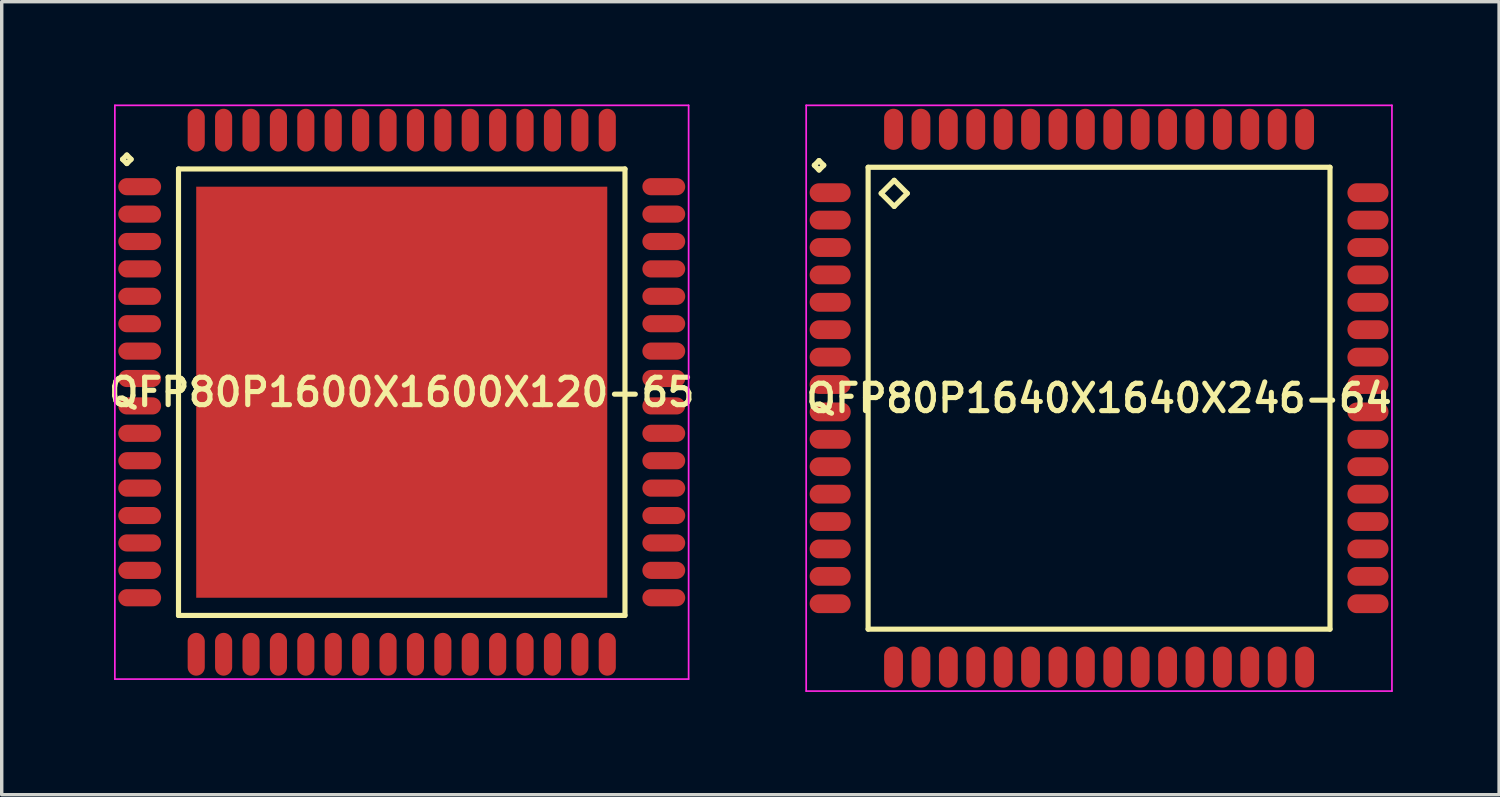
<source format=kicad_pcb>
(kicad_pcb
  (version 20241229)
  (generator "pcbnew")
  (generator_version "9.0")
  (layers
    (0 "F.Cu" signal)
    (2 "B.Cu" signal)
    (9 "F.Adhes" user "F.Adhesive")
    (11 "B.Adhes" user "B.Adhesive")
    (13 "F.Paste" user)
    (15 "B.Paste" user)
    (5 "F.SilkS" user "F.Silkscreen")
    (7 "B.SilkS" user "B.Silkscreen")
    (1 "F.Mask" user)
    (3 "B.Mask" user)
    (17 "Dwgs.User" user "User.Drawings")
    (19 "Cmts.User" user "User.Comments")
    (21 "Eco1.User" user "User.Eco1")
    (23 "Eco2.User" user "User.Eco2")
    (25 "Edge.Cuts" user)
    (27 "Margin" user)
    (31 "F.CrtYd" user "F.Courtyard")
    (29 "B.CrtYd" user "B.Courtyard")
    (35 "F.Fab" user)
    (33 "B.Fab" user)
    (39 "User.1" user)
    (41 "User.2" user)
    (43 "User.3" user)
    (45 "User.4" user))
  (footprint "QFP80P1640X1640X246-64"
    (layer "F.Cu")
    (at 29.035 8.575)
    (property "Reference" "QFP80P1640X1640X246-64" (at 0 0 0) (layer "F.SilkS") (effects (font (size 0.8 0.8) (thickness 0.15))))
    (attr smd)
    (fp_line (start -8.312 -6.8) (end -8.175 -6.938) (stroke (width 0.15) (type solid)) (layer "F.SilkS"))
    (fp_line (start -8.175 -6.938) (end -8.037 -6.8) (stroke (width 0.15) (type solid)) (layer "F.SilkS"))
    (fp_line (start -8.175 -6.662) (end -8.312 -6.8) (stroke (width 0.15) (type solid)) (layer "F.SilkS"))
    (fp_line (start -8.037 -6.8) (end -8.175 -6.662) (stroke (width 0.15) (type solid)) (layer "F.SilkS"))
    (fp_line (start -6.742 -6.742) (end -6.742 6.742) (stroke (width 0.15) (type solid)) (layer "F.SilkS"))
    (fp_line (start -6.742 6.742) (end 6.742 6.742) (stroke (width 0.15) (type solid)) (layer "F.SilkS"))
    (fp_line (start -6.361 -5.98) (end -5.98 -6.361) (stroke (width 0.15) (type solid)) (layer "F.SilkS"))
    (fp_line (start -5.98 -6.361) (end -5.599 -5.98) (stroke (width 0.15) (type solid)) (layer "F.SilkS"))
    (fp_line (start -5.98 -5.599) (end -6.361 -5.98) (stroke (width 0.15) (type solid)) (layer "F.SilkS"))
    (fp_line (start -5.599 -5.98) (end -5.98 -5.599) (stroke (width 0.15) (type solid)) (layer "F.SilkS"))
    (fp_line (start 6.742 -6.742) (end -6.742 -6.742) (stroke (width 0.15) (type solid)) (layer "F.SilkS"))
    (fp_line (start 6.742 6.742) (end 6.742 -6.742) (stroke (width 0.15) (type solid)) (layer "F.SilkS"))
    (fp_line (start -8.55 -8.55) (end 8.55 -8.55) (stroke (width 0.05) (type solid)) (layer "F.CrtYd"))
    (fp_line (start -8.55 8.55) (end -8.55 -8.55) (stroke (width 0.05) (type solid)) (layer "F.CrtYd"))
    (fp_line (start 8.55 -8.55) (end 8.55 8.55) (stroke (width 0.05) (type solid)) (layer "F.CrtYd"))
    (fp_line (start 8.55 8.55) (end -8.55 8.55) (stroke (width 0.05) (type solid)) (layer "F.CrtYd"))
    (pad "1" smd oval (at -7.85 -6) (size 1.2 0.55) (layers "F.Cu" "F.Mask" "F.Paste"))
    (pad "2" smd oval (at -7.85 -5.2) (size 1.2 0.55) (layers "F.Cu" "F.Mask" "F.Paste"))
    (pad "3" smd oval (at -7.85 -4.4) (size 1.2 0.55) (layers "F.Cu" "F.Mask" "F.Paste"))
    (pad "4" smd oval (at -7.85 -3.6) (size 1.2 0.55) (layers "F.Cu" "F.Mask" "F.Paste"))
    (pad "5" smd oval (at -7.85 -2.8) (size 1.2 0.55) (layers "F.Cu" "F.Mask" "F.Paste"))
    (pad "6" smd oval (at -7.85 -2) (size 1.2 0.55) (layers "F.Cu" "F.Mask" "F.Paste"))
    (pad "7" smd oval (at -7.85 -1.2) (size 1.2 0.55) (layers "F.Cu" "F.Mask" "F.Paste"))
    (pad "8" smd oval (at -7.85 -0.4) (size 1.2 0.55) (layers "F.Cu" "F.Mask" "F.Paste"))
    (pad "9" smd oval (at -7.85 0.4) (size 1.2 0.55) (layers "F.Cu" "F.Mask" "F.Paste"))
    (pad "10" smd oval (at -7.85 1.2) (size 1.2 0.55) (layers "F.Cu" "F.Mask" "F.Paste"))
    (pad "11" smd oval (at -7.85 2) (size 1.2 0.55) (layers "F.Cu" "F.Mask" "F.Paste"))
    (pad "12" smd oval (at -7.85 2.8) (size 1.2 0.55) (layers "F.Cu" "F.Mask" "F.Paste"))
    (pad "13" smd oval (at -7.85 3.6) (size 1.2 0.55) (layers "F.Cu" "F.Mask" "F.Paste"))
    (pad "14" smd oval (at -7.85 4.4) (size 1.2 0.55) (layers "F.Cu" "F.Mask" "F.Paste"))
    (pad "15" smd oval (at -7.85 5.2) (size 1.2 0.55) (layers "F.Cu" "F.Mask" "F.Paste"))
    (pad "16" smd oval (at -7.85 6) (size 1.2 0.55) (layers "F.Cu" "F.Mask" "F.Paste"))
    (pad "17" smd oval (at -6 7.85) (size 0.55 1.2) (layers "F.Cu" "F.Mask" "F.Paste"))
    (pad "18" smd oval (at -5.2 7.85) (size 0.55 1.2) (layers "F.Cu" "F.Mask" "F.Paste"))
    (pad "19" smd oval (at -4.4 7.85) (size 0.55 1.2) (layers "F.Cu" "F.Mask" "F.Paste"))
    (pad "20" smd oval (at -3.6 7.85) (size 0.55 1.2) (layers "F.Cu" "F.Mask" "F.Paste"))
    (pad "21" smd oval (at -2.8 7.85) (size 0.55 1.2) (layers "F.Cu" "F.Mask" "F.Paste"))
    (pad "22" smd oval (at -2 7.85) (size 0.55 1.2) (layers "F.Cu" "F.Mask" "F.Paste"))
    (pad "23" smd oval (at -1.2 7.85) (size 0.55 1.2) (layers "F.Cu" "F.Mask" "F.Paste"))
    (pad "24" smd oval (at -0.4 7.85) (size 0.55 1.2) (layers "F.Cu" "F.Mask" "F.Paste"))
    (pad "25" smd oval (at 0.4 7.85) (size 0.55 1.2) (layers "F.Cu" "F.Mask" "F.Paste"))
    (pad "26" smd oval (at 1.2 7.85) (size 0.55 1.2) (layers "F.Cu" "F.Mask" "F.Paste"))
    (pad "27" smd oval (at 2 7.85) (size 0.55 1.2) (layers "F.Cu" "F.Mask" "F.Paste"))
    (pad "28" smd oval (at 2.8 7.85) (size 0.55 1.2) (layers "F.Cu" "F.Mask" "F.Paste"))
    (pad "29" smd oval (at 3.6 7.85) (size 0.55 1.2) (layers "F.Cu" "F.Mask" "F.Paste"))
    (pad "30" smd oval (at 4.4 7.85) (size 0.55 1.2) (layers "F.Cu" "F.Mask" "F.Paste"))
    (pad "31" smd oval (at 5.2 7.85) (size 0.55 1.2) (layers "F.Cu" "F.Mask" "F.Paste"))
    (pad "32" smd oval (at 6 7.85) (size 0.55 1.2) (layers "F.Cu" "F.Mask" "F.Paste"))
    (pad "33" smd oval (at 7.85 6) (size 1.2 0.55) (layers "F.Cu" "F.Mask" "F.Paste"))
    (pad "34" smd oval (at 7.85 5.2) (size 1.2 0.55) (layers "F.Cu" "F.Mask" "F.Paste"))
    (pad "35" smd oval (at 7.85 4.4) (size 1.2 0.55) (layers "F.Cu" "F.Mask" "F.Paste"))
    (pad "36" smd oval (at 7.85 3.6) (size 1.2 0.55) (layers "F.Cu" "F.Mask" "F.Paste"))
    (pad "37" smd oval (at 7.85 2.8) (size 1.2 0.55) (layers "F.Cu" "F.Mask" "F.Paste"))
    (pad "38" smd oval (at 7.85 2) (size 1.2 0.55) (layers "F.Cu" "F.Mask" "F.Paste"))
    (pad "39" smd oval (at 7.85 1.2) (size 1.2 0.55) (layers "F.Cu" "F.Mask" "F.Paste"))
    (pad "40" smd oval (at 7.85 0.4) (size 1.2 0.55) (layers "F.Cu" "F.Mask" "F.Paste"))
    (pad "41" smd oval (at 7.85 -0.4) (size 1.2 0.55) (layers "F.Cu" "F.Mask" "F.Paste"))
    (pad "42" smd oval (at 7.85 -1.2) (size 1.2 0.55) (layers "F.Cu" "F.Mask" "F.Paste"))
    (pad "43" smd oval (at 7.85 -2) (size 1.2 0.55) (layers "F.Cu" "F.Mask" "F.Paste"))
    (pad "44" smd oval (at 7.85 -2.8) (size 1.2 0.55) (layers "F.Cu" "F.Mask" "F.Paste"))
    (pad "45" smd oval (at 7.85 -3.6) (size 1.2 0.55) (layers "F.Cu" "F.Mask" "F.Paste"))
    (pad "46" smd oval (at 7.85 -4.4) (size 1.2 0.55) (layers "F.Cu" "F.Mask" "F.Paste"))
    (pad "47" smd oval (at 7.85 -5.2) (size 1.2 0.55) (layers "F.Cu" "F.Mask" "F.Paste"))
    (pad "48" smd oval (at 7.85 -6) (size 1.2 0.55) (layers "F.Cu" "F.Mask" "F.Paste"))
    (pad "49" smd oval (at 6 -7.85) (size 0.55 1.2) (layers "F.Cu" "F.Mask" "F.Paste"))
    (pad "50" smd oval (at 5.2 -7.85) (size 0.55 1.2) (layers "F.Cu" "F.Mask" "F.Paste"))
    (pad "51" smd oval (at 4.4 -7.85) (size 0.55 1.2) (layers "F.Cu" "F.Mask" "F.Paste"))
    (pad "52" smd oval (at 3.6 -7.85) (size 0.55 1.2) (layers "F.Cu" "F.Mask" "F.Paste"))
    (pad "53" smd oval (at 2.8 -7.85) (size 0.55 1.2) (layers "F.Cu" "F.Mask" "F.Paste"))
    (pad "54" smd oval (at 2 -7.85) (size 0.55 1.2) (layers "F.Cu" "F.Mask" "F.Paste"))
    (pad "55" smd oval (at 1.2 -7.85) (size 0.55 1.2) (layers "F.Cu" "F.Mask" "F.Paste"))
    (pad "56" smd oval (at 0.4 -7.85) (size 0.55 1.2) (layers "F.Cu" "F.Mask" "F.Paste"))
    (pad "57" smd oval (at -0.4 -7.85) (size 0.55 1.2) (layers "F.Cu" "F.Mask" "F.Paste"))
    (pad "58" smd oval (at -1.2 -7.85) (size 0.55 1.2) (layers "F.Cu" "F.Mask" "F.Paste"))
    (pad "59" smd oval (at -2 -7.85) (size 0.55 1.2) (layers "F.Cu" "F.Mask" "F.Paste"))
    (pad "60" smd oval (at -2.8 -7.85) (size 0.55 1.2) (layers "F.Cu" "F.Mask" "F.Paste"))
    (pad "61" smd oval (at -3.6 -7.85) (size 0.55 1.2) (layers "F.Cu" "F.Mask" "F.Paste"))
    (pad "62" smd oval (at -4.4 -7.85) (size 0.55 1.2) (layers "F.Cu" "F.Mask" "F.Paste"))
    (pad "63" smd oval (at -5.2 -7.85) (size 0.55 1.2) (layers "F.Cu" "F.Mask" "F.Paste"))
    (pad "64" smd oval (at -6 -7.85) (size 0.55 1.2) (layers "F.Cu" "F.Mask" "F.Paste")))
  (footprint "QFP80P1600X1600X120-65"
    (layer "F.Cu")
    (at 8.678 8.4)
    (property "Reference" "QFP80P1600X1600X120-65" (at 0 0 0) (layer "F.SilkS") (effects (font (size 0.8 0.8) (thickness 0.15))))
    (attr smd)
    (fp_line (start -8.15 -6.8) (end -8.025 -6.925) (stroke (width 0.15) (type solid)) (layer "F.SilkS"))
    (fp_line (start -8.025 -6.925) (end -7.9 -6.8) (stroke (width 0.15) (type solid)) (layer "F.SilkS"))
    (fp_line (start -8.025 -6.675) (end -8.15 -6.8) (stroke (width 0.15) (type solid)) (layer "F.SilkS"))
    (fp_line (start -7.9 -6.8) (end -8.025 -6.675) (stroke (width 0.15) (type solid)) (layer "F.SilkS"))
    (fp_line (start -6.517 -6.517) (end -6.517 6.517) (stroke (width 0.15) (type solid)) (layer "F.SilkS"))
    (fp_line (start -6.517 6.517) (end 6.517 6.517) (stroke (width 0.15) (type solid)) (layer "F.SilkS"))
    (fp_line (start 6.517 -6.517) (end -6.517 -6.517) (stroke (width 0.15) (type solid)) (layer "F.SilkS"))
    (fp_line (start 6.517 6.517) (end 6.517 -6.517) (stroke (width 0.15) (type solid)) (layer "F.SilkS"))
    (fp_line (start -8.375 -8.375) (end 8.375 -8.375) (stroke (width 0.05) (type solid)) (layer "F.CrtYd"))
    (fp_line (start -8.375 8.375) (end -8.375 -8.375) (stroke (width 0.05) (type solid)) (layer "F.CrtYd"))
    (fp_line (start 8.375 -8.375) (end 8.375 8.375) (stroke (width 0.05) (type solid)) (layer "F.CrtYd"))
    (fp_line (start 8.375 8.375) (end -8.375 8.375) (stroke (width 0.05) (type solid)) (layer "F.CrtYd"))
    (pad "1" smd oval (at -7.65 -6) (size 1.25 0.5) (layers "F.Cu" "F.Mask" "F.Paste"))
    (pad "2" smd oval (at -7.65 -5.2) (size 1.25 0.5) (layers "F.Cu" "F.Mask" "F.Paste"))
    (pad "3" smd oval (at -7.65 -4.4) (size 1.25 0.5) (layers "F.Cu" "F.Mask" "F.Paste"))
    (pad "4" smd oval (at -7.65 -3.6) (size 1.25 0.5) (layers "F.Cu" "F.Mask" "F.Paste"))
    (pad "5" smd oval (at -7.65 -2.8) (size 1.25 0.5) (layers "F.Cu" "F.Mask" "F.Paste"))
    (pad "6" smd oval (at -7.65 -2) (size 1.25 0.5) (layers "F.Cu" "F.Mask" "F.Paste"))
    (pad "7" smd oval (at -7.65 -1.2) (size 1.25 0.5) (layers "F.Cu" "F.Mask" "F.Paste"))
    (pad "8" smd oval (at -7.65 -0.4) (size 1.25 0.5) (layers "F.Cu" "F.Mask" "F.Paste"))
    (pad "9" smd oval (at -7.65 0.4) (size 1.25 0.5) (layers "F.Cu" "F.Mask" "F.Paste"))
    (pad "10" smd oval (at -7.65 1.2) (size 1.25 0.5) (layers "F.Cu" "F.Mask" "F.Paste"))
    (pad "11" smd oval (at -7.65 2) (size 1.25 0.5) (layers "F.Cu" "F.Mask" "F.Paste"))
    (pad "12" smd oval (at -7.65 2.8) (size 1.25 0.5) (layers "F.Cu" "F.Mask" "F.Paste"))
    (pad "13" smd oval (at -7.65 3.6) (size 1.25 0.5) (layers "F.Cu" "F.Mask" "F.Paste"))
    (pad "14" smd oval (at -7.65 4.4) (size 1.25 0.5) (layers "F.Cu" "F.Mask" "F.Paste"))
    (pad "15" smd oval (at -7.65 5.2) (size 1.25 0.5) (layers "F.Cu" "F.Mask" "F.Paste"))
    (pad "16" smd oval (at -7.65 6) (size 1.25 0.5) (layers "F.Cu" "F.Mask" "F.Paste"))
    (pad "17" smd oval (at -6 7.65) (size 0.5 1.25) (layers "F.Cu" "F.Mask" "F.Paste"))
    (pad "18" smd oval (at -5.2 7.65) (size 0.5 1.25) (layers "F.Cu" "F.Mask" "F.Paste"))
    (pad "19" smd oval (at -4.4 7.65) (size 0.5 1.25) (layers "F.Cu" "F.Mask" "F.Paste"))
    (pad "20" smd oval (at -3.6 7.65) (size 0.5 1.25) (layers "F.Cu" "F.Mask" "F.Paste"))
    (pad "21" smd oval (at -2.8 7.65) (size 0.5 1.25) (layers "F.Cu" "F.Mask" "F.Paste"))
    (pad "22" smd oval (at -2 7.65) (size 0.5 1.25) (layers "F.Cu" "F.Mask" "F.Paste"))
    (pad "23" smd oval (at -1.2 7.65) (size 0.5 1.25) (layers "F.Cu" "F.Mask" "F.Paste"))
    (pad "24" smd oval (at -0.4 7.65) (size 0.5 1.25) (layers "F.Cu" "F.Mask" "F.Paste"))
    (pad "25" smd oval (at 0.4 7.65) (size 0.5 1.25) (layers "F.Cu" "F.Mask" "F.Paste"))
    (pad "26" smd oval (at 1.2 7.65) (size 0.5 1.25) (layers "F.Cu" "F.Mask" "F.Paste"))
    (pad "27" smd oval (at 2 7.65) (size 0.5 1.25) (layers "F.Cu" "F.Mask" "F.Paste"))
    (pad "28" smd oval (at 2.8 7.65) (size 0.5 1.25) (layers "F.Cu" "F.Mask" "F.Paste"))
    (pad "29" smd oval (at 3.6 7.65) (size 0.5 1.25) (layers "F.Cu" "F.Mask" "F.Paste"))
    (pad "30" smd oval (at 4.4 7.65) (size 0.5 1.25) (layers "F.Cu" "F.Mask" "F.Paste"))
    (pad "31" smd oval (at 5.2 7.65) (size 0.5 1.25) (layers "F.Cu" "F.Mask" "F.Paste"))
    (pad "32" smd oval (at 6 7.65) (size 0.5 1.25) (layers "F.Cu" "F.Mask" "F.Paste"))
    (pad "33" smd oval (at 7.65 6) (size 1.25 0.5) (layers "F.Cu" "F.Mask" "F.Paste"))
    (pad "34" smd oval (at 7.65 5.2) (size 1.25 0.5) (layers "F.Cu" "F.Mask" "F.Paste"))
    (pad "35" smd oval (at 7.65 4.4) (size 1.25 0.5) (layers "F.Cu" "F.Mask" "F.Paste"))
    (pad "36" smd oval (at 7.65 3.6) (size 1.25 0.5) (layers "F.Cu" "F.Mask" "F.Paste"))
    (pad "37" smd oval (at 7.65 2.8) (size 1.25 0.5) (layers "F.Cu" "F.Mask" "F.Paste"))
    (pad "38" smd oval (at 7.65 2) (size 1.25 0.5) (layers "F.Cu" "F.Mask" "F.Paste"))
    (pad "39" smd oval (at 7.65 1.2) (size 1.25 0.5) (layers "F.Cu" "F.Mask" "F.Paste"))
    (pad "40" smd oval (at 7.65 0.4) (size 1.25 0.5) (layers "F.Cu" "F.Mask" "F.Paste"))
    (pad "41" smd oval (at 7.65 -0.4) (size 1.25 0.5) (layers "F.Cu" "F.Mask" "F.Paste"))
    (pad "42" smd oval (at 7.65 -1.2) (size 1.25 0.5) (layers "F.Cu" "F.Mask" "F.Paste"))
    (pad "43" smd oval (at 7.65 -2) (size 1.25 0.5) (layers "F.Cu" "F.Mask" "F.Paste"))
    (pad "44" smd oval (at 7.65 -2.8) (size 1.25 0.5) (layers "F.Cu" "F.Mask" "F.Paste"))
    (pad "45" smd oval (at 7.65 -3.6) (size 1.25 0.5) (layers "F.Cu" "F.Mask" "F.Paste"))
    (pad "46" smd oval (at 7.65 -4.4) (size 1.25 0.5) (layers "F.Cu" "F.Mask" "F.Paste"))
    (pad "47" smd oval (at 7.65 -5.2) (size 1.25 0.5) (layers "F.Cu" "F.Mask" "F.Paste"))
    (pad "48" smd oval (at 7.65 -6) (size 1.25 0.5) (layers "F.Cu" "F.Mask" "F.Paste"))
    (pad "49" smd oval (at 6 -7.65) (size 0.5 1.25) (layers "F.Cu" "F.Mask" "F.Paste"))
    (pad "50" smd oval (at 5.2 -7.65) (size 0.5 1.25) (layers "F.Cu" "F.Mask" "F.Paste"))
    (pad "51" smd oval (at 4.4 -7.65) (size 0.5 1.25) (layers "F.Cu" "F.Mask" "F.Paste"))
    (pad "52" smd oval (at 3.6 -7.65) (size 0.5 1.25) (layers "F.Cu" "F.Mask" "F.Paste"))
    (pad "53" smd oval (at 2.8 -7.65) (size 0.5 1.25) (layers "F.Cu" "F.Mask" "F.Paste"))
    (pad "54" smd oval (at 2 -7.65) (size 0.5 1.25) (layers "F.Cu" "F.Mask" "F.Paste"))
    (pad "55" smd oval (at 1.2 -7.65) (size 0.5 1.25) (layers "F.Cu" "F.Mask" "F.Paste"))
    (pad "56" smd oval (at 0.4 -7.65) (size 0.5 1.25) (layers "F.Cu" "F.Mask" "F.Paste"))
    (pad "57" smd oval (at -0.4 -7.65) (size 0.5 1.25) (layers "F.Cu" "F.Mask" "F.Paste"))
    (pad "58" smd oval (at -1.2 -7.65) (size 0.5 1.25) (layers "F.Cu" "F.Mask" "F.Paste"))
    (pad "59" smd oval (at -2 -7.65) (size 0.5 1.25) (layers "F.Cu" "F.Mask" "F.Paste"))
    (pad "60" smd oval (at -2.8 -7.65) (size 0.5 1.25) (layers "F.Cu" "F.Mask" "F.Paste"))
    (pad "61" smd oval (at -3.6 -7.65) (size 0.5 1.25) (layers "F.Cu" "F.Mask" "F.Paste"))
    (pad "62" smd oval (at -4.4 -7.65) (size 0.5 1.25) (layers "F.Cu" "F.Mask" "F.Paste"))
    (pad "63" smd oval (at -5.2 -7.65) (size 0.5 1.25) (layers "F.Cu" "F.Mask" "F.Paste"))
    (pad "64" smd oval (at -6 -7.65) (size 0.5 1.25) (layers "F.Cu" "F.Mask" "F.Paste"))
    (pad "65" smd rect (at 0 0) (size 12 12) (layers "F.Cu" "F.Mask" "F.Paste")))
  (gr_rect
    (start -3 -3)
    (end 40.713 20.15)
    (stroke (width 0.1) (type default))
    (fill no)
    (layer "Edge.Cuts")))
</source>
